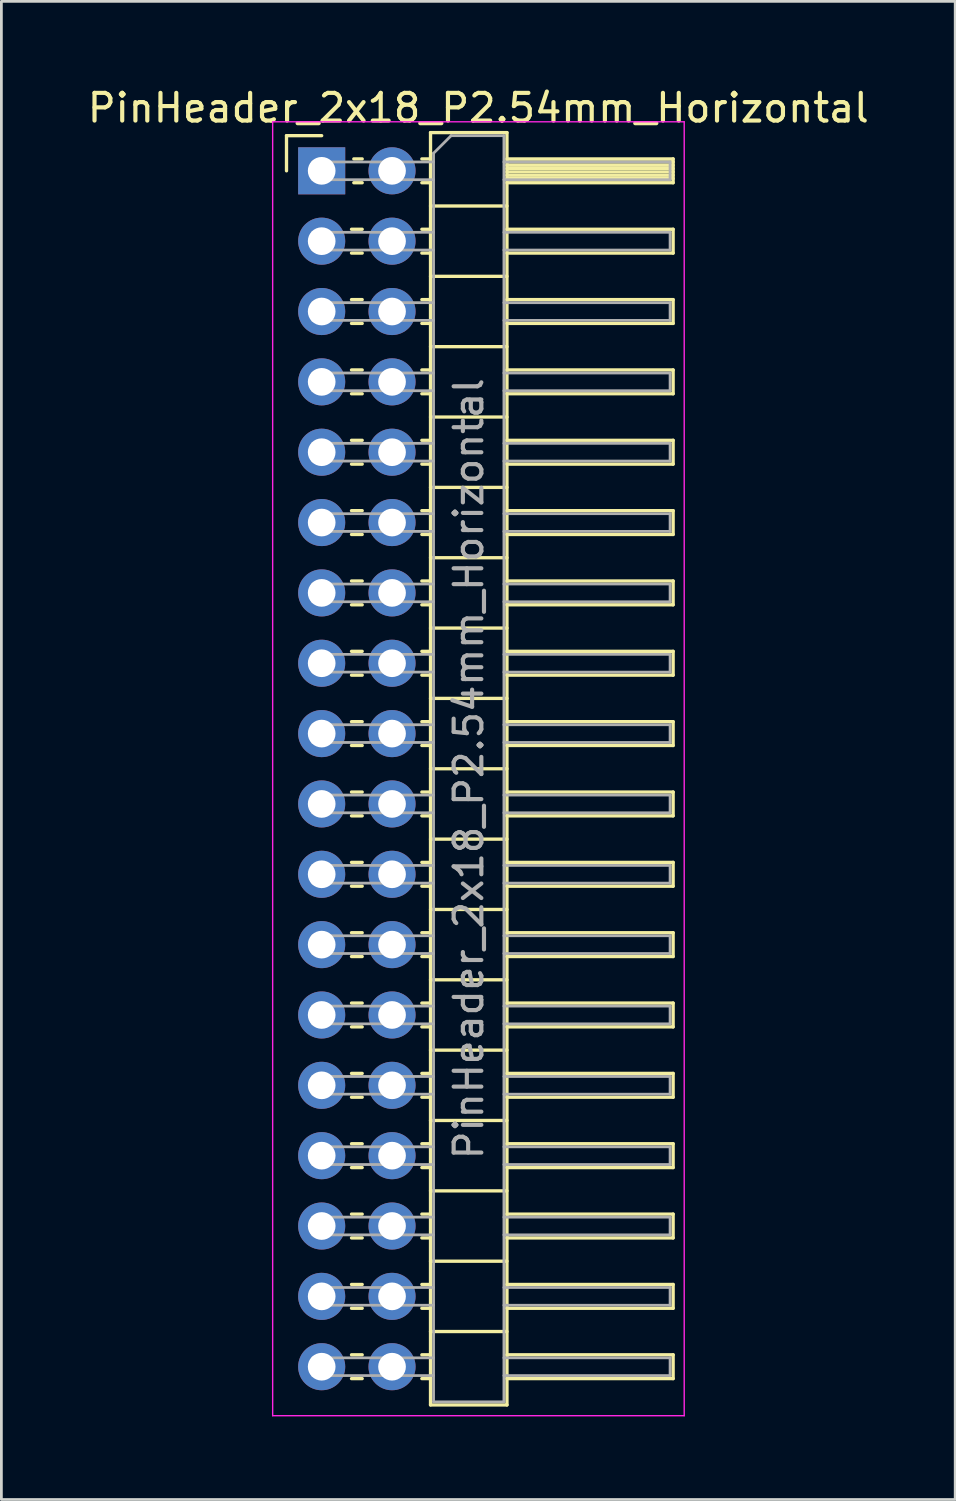
<source format=kicad_pcb>
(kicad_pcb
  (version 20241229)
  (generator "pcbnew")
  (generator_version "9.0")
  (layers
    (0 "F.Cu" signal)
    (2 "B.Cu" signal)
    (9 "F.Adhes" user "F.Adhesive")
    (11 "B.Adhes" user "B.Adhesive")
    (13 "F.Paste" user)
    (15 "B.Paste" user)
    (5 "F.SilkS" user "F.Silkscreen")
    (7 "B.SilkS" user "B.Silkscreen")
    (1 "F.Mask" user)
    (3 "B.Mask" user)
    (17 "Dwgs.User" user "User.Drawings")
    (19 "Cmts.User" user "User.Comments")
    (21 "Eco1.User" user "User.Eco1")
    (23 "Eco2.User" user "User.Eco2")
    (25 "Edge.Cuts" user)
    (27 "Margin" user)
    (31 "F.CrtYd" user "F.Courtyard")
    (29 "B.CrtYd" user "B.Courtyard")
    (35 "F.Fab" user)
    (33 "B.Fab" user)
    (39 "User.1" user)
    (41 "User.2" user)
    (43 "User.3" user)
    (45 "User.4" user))
  (footprint "PinHeader_2x18_P2.54mm_Horizontal"
    (layer "F.Cu")
    (at 8.565 3.118)
    (property "Reference" "PinHeader_2x18_P2.54mm_Horizontal" (at 5.655 -2.27 0) (layer "F.SilkS") (effects (font (size 1 1) (thickness 0.15))))
    (attr through_hole)
    (fp_line (start -1.27 -1.27) (end 0 -1.27) (stroke (width 0.12) (type solid)) (layer "F.SilkS"))
    (fp_line (start -1.27 0) (end -1.27 -1.27) (stroke (width 0.12) (type solid)) (layer "F.SilkS"))
    (fp_line (start 1.077 2.11) (end 1.463 2.11) (stroke (width 0.12) (type solid)) (layer "F.SilkS"))
    (fp_line (start 1.077 2.97) (end 1.463 2.97) (stroke (width 0.12) (type solid)) (layer "F.SilkS"))
    (fp_line (start 1.077 4.65) (end 1.463 4.65) (stroke (width 0.12) (type solid)) (layer "F.SilkS"))
    (fp_line (start 1.077 5.51) (end 1.463 5.51) (stroke (width 0.12) (type solid)) (layer "F.SilkS"))
    (fp_line (start 1.077 7.19) (end 1.463 7.19) (stroke (width 0.12) (type solid)) (layer "F.SilkS"))
    (fp_line (start 1.077 8.05) (end 1.463 8.05) (stroke (width 0.12) (type solid)) (layer "F.SilkS"))
    (fp_line (start 1.077 9.73) (end 1.463 9.73) (stroke (width 0.12) (type solid)) (layer "F.SilkS"))
    (fp_line (start 1.077 10.59) (end 1.463 10.59) (stroke (width 0.12) (type solid)) (layer "F.SilkS"))
    (fp_line (start 1.077 12.27) (end 1.463 12.27) (stroke (width 0.12) (type solid)) (layer "F.SilkS"))
    (fp_line (start 1.077 13.13) (end 1.463 13.13) (stroke (width 0.12) (type solid)) (layer "F.SilkS"))
    (fp_line (start 1.077 14.81) (end 1.463 14.81) (stroke (width 0.12) (type solid)) (layer "F.SilkS"))
    (fp_line (start 1.077 15.67) (end 1.463 15.67) (stroke (width 0.12) (type solid)) (layer "F.SilkS"))
    (fp_line (start 1.077 17.35) (end 1.463 17.35) (stroke (width 0.12) (type solid)) (layer "F.SilkS"))
    (fp_line (start 1.077 18.21) (end 1.463 18.21) (stroke (width 0.12) (type solid)) (layer "F.SilkS"))
    (fp_line (start 1.077 19.89) (end 1.463 19.89) (stroke (width 0.12) (type solid)) (layer "F.SilkS"))
    (fp_line (start 1.077 20.75) (end 1.463 20.75) (stroke (width 0.12) (type solid)) (layer "F.SilkS"))
    (fp_line (start 1.077 22.43) (end 1.463 22.43) (stroke (width 0.12) (type solid)) (layer "F.SilkS"))
    (fp_line (start 1.077 23.29) (end 1.463 23.29) (stroke (width 0.12) (type solid)) (layer "F.SilkS"))
    (fp_line (start 1.077 24.97) (end 1.463 24.97) (stroke (width 0.12) (type solid)) (layer "F.SilkS"))
    (fp_line (start 1.077 25.83) (end 1.463 25.83) (stroke (width 0.12) (type solid)) (layer "F.SilkS"))
    (fp_line (start 1.077 27.51) (end 1.463 27.51) (stroke (width 0.12) (type solid)) (layer "F.SilkS"))
    (fp_line (start 1.077 28.37) (end 1.463 28.37) (stroke (width 0.12) (type solid)) (layer "F.SilkS"))
    (fp_line (start 1.077 30.05) (end 1.463 30.05) (stroke (width 0.12) (type solid)) (layer "F.SilkS"))
    (fp_line (start 1.077 30.91) (end 1.463 30.91) (stroke (width 0.12) (type solid)) (layer "F.SilkS"))
    (fp_line (start 1.077 32.59) (end 1.463 32.59) (stroke (width 0.12) (type solid)) (layer "F.SilkS"))
    (fp_line (start 1.077 33.45) (end 1.463 33.45) (stroke (width 0.12) (type solid)) (layer "F.SilkS"))
    (fp_line (start 1.077 35.13) (end 1.463 35.13) (stroke (width 0.12) (type solid)) (layer "F.SilkS"))
    (fp_line (start 1.077 35.99) (end 1.463 35.99) (stroke (width 0.12) (type solid)) (layer "F.SilkS"))
    (fp_line (start 1.077 37.67) (end 1.463 37.67) (stroke (width 0.12) (type solid)) (layer "F.SilkS"))
    (fp_line (start 1.077 38.53) (end 1.463 38.53) (stroke (width 0.12) (type solid)) (layer "F.SilkS"))
    (fp_line (start 1.077 40.21) (end 1.463 40.21) (stroke (width 0.12) (type solid)) (layer "F.SilkS"))
    (fp_line (start 1.077 41.07) (end 1.463 41.07) (stroke (width 0.12) (type solid)) (layer "F.SilkS"))
    (fp_line (start 1.077 42.75) (end 1.463 42.75) (stroke (width 0.12) (type solid)) (layer "F.SilkS"))
    (fp_line (start 1.077 43.61) (end 1.463 43.61) (stroke (width 0.12) (type solid)) (layer "F.SilkS"))
    (fp_line (start 1.16 -0.43) (end 1.463 -0.43) (stroke (width 0.12) (type solid)) (layer "F.SilkS"))
    (fp_line (start 1.16 0.43) (end 1.463 0.43) (stroke (width 0.12) (type solid)) (layer "F.SilkS"))
    (fp_line (start 3.617 -0.43) (end 3.93 -0.43) (stroke (width 0.12) (type solid)) (layer "F.SilkS"))
    (fp_line (start 3.617 0.43) (end 3.93 0.43) (stroke (width 0.12) (type solid)) (layer "F.SilkS"))
    (fp_line (start 3.617 2.11) (end 3.93 2.11) (stroke (width 0.12) (type solid)) (layer "F.SilkS"))
    (fp_line (start 3.617 2.97) (end 3.93 2.97) (stroke (width 0.12) (type solid)) (layer "F.SilkS"))
    (fp_line (start 3.617 4.65) (end 3.93 4.65) (stroke (width 0.12) (type solid)) (layer "F.SilkS"))
    (fp_line (start 3.617 5.51) (end 3.93 5.51) (stroke (width 0.12) (type solid)) (layer "F.SilkS"))
    (fp_line (start 3.617 7.19) (end 3.93 7.19) (stroke (width 0.12) (type solid)) (layer "F.SilkS"))
    (fp_line (start 3.617 8.05) (end 3.93 8.05) (stroke (width 0.12) (type solid)) (layer "F.SilkS"))
    (fp_line (start 3.617 9.73) (end 3.93 9.73) (stroke (width 0.12) (type solid)) (layer "F.SilkS"))
    (fp_line (start 3.617 10.59) (end 3.93 10.59) (stroke (width 0.12) (type solid)) (layer "F.SilkS"))
    (fp_line (start 3.617 12.27) (end 3.93 12.27) (stroke (width 0.12) (type solid)) (layer "F.SilkS"))
    (fp_line (start 3.617 13.13) (end 3.93 13.13) (stroke (width 0.12) (type solid)) (layer "F.SilkS"))
    (fp_line (start 3.617 14.81) (end 3.93 14.81) (stroke (width 0.12) (type solid)) (layer "F.SilkS"))
    (fp_line (start 3.617 15.67) (end 3.93 15.67) (stroke (width 0.12) (type solid)) (layer "F.SilkS"))
    (fp_line (start 3.617 17.35) (end 3.93 17.35) (stroke (width 0.12) (type solid)) (layer "F.SilkS"))
    (fp_line (start 3.617 18.21) (end 3.93 18.21) (stroke (width 0.12) (type solid)) (layer "F.SilkS"))
    (fp_line (start 3.617 19.89) (end 3.93 19.89) (stroke (width 0.12) (type solid)) (layer "F.SilkS"))
    (fp_line (start 3.617 20.75) (end 3.93 20.75) (stroke (width 0.12) (type solid)) (layer "F.SilkS"))
    (fp_line (start 3.617 22.43) (end 3.93 22.43) (stroke (width 0.12) (type solid)) (layer "F.SilkS"))
    (fp_line (start 3.617 23.29) (end 3.93 23.29) (stroke (width 0.12) (type solid)) (layer "F.SilkS"))
    (fp_line (start 3.617 24.97) (end 3.93 24.97) (stroke (width 0.12) (type solid)) (layer "F.SilkS"))
    (fp_line (start 3.617 25.83) (end 3.93 25.83) (stroke (width 0.12) (type solid)) (layer "F.SilkS"))
    (fp_line (start 3.617 27.51) (end 3.93 27.51) (stroke (width 0.12) (type solid)) (layer "F.SilkS"))
    (fp_line (start 3.617 28.37) (end 3.93 28.37) (stroke (width 0.12) (type solid)) (layer "F.SilkS"))
    (fp_line (start 3.617 30.05) (end 3.93 30.05) (stroke (width 0.12) (type solid)) (layer "F.SilkS"))
    (fp_line (start 3.617 30.91) (end 3.93 30.91) (stroke (width 0.12) (type solid)) (layer "F.SilkS"))
    (fp_line (start 3.617 32.59) (end 3.93 32.59) (stroke (width 0.12) (type solid)) (layer "F.SilkS"))
    (fp_line (start 3.617 33.45) (end 3.93 33.45) (stroke (width 0.12) (type solid)) (layer "F.SilkS"))
    (fp_line (start 3.617 35.13) (end 3.93 35.13) (stroke (width 0.12) (type solid)) (layer "F.SilkS"))
    (fp_line (start 3.617 35.99) (end 3.93 35.99) (stroke (width 0.12) (type solid)) (layer "F.SilkS"))
    (fp_line (start 3.617 37.67) (end 3.93 37.67) (stroke (width 0.12) (type solid)) (layer "F.SilkS"))
    (fp_line (start 3.617 38.53) (end 3.93 38.53) (stroke (width 0.12) (type solid)) (layer "F.SilkS"))
    (fp_line (start 3.617 40.21) (end 3.93 40.21) (stroke (width 0.12) (type solid)) (layer "F.SilkS"))
    (fp_line (start 3.617 41.07) (end 3.93 41.07) (stroke (width 0.12) (type solid)) (layer "F.SilkS"))
    (fp_line (start 3.617 42.75) (end 3.93 42.75) (stroke (width 0.12) (type solid)) (layer "F.SilkS"))
    (fp_line (start 3.617 43.61) (end 3.93 43.61) (stroke (width 0.12) (type solid)) (layer "F.SilkS"))
    (fp_line (start 3.93 -1.38) (end 3.93 44.56) (stroke (width 0.12) (type solid)) (layer "F.SilkS"))
    (fp_line (start 3.93 1.27) (end 6.69 1.27) (stroke (width 0.12) (type solid)) (layer "F.SilkS"))
    (fp_line (start 3.93 3.81) (end 6.69 3.81) (stroke (width 0.12) (type solid)) (layer "F.SilkS"))
    (fp_line (start 3.93 6.35) (end 6.69 6.35) (stroke (width 0.12) (type solid)) (layer "F.SilkS"))
    (fp_line (start 3.93 8.89) (end 6.69 8.89) (stroke (width 0.12) (type solid)) (layer "F.SilkS"))
    (fp_line (start 3.93 11.43) (end 6.69 11.43) (stroke (width 0.12) (type solid)) (layer "F.SilkS"))
    (fp_line (start 3.93 13.97) (end 6.69 13.97) (stroke (width 0.12) (type solid)) (layer "F.SilkS"))
    (fp_line (start 3.93 16.51) (end 6.69 16.51) (stroke (width 0.12) (type solid)) (layer "F.SilkS"))
    (fp_line (start 3.93 19.05) (end 6.69 19.05) (stroke (width 0.12) (type solid)) (layer "F.SilkS"))
    (fp_line (start 3.93 21.59) (end 6.69 21.59) (stroke (width 0.12) (type solid)) (layer "F.SilkS"))
    (fp_line (start 3.93 24.13) (end 6.69 24.13) (stroke (width 0.12) (type solid)) (layer "F.SilkS"))
    (fp_line (start 3.93 26.67) (end 6.69 26.67) (stroke (width 0.12) (type solid)) (layer "F.SilkS"))
    (fp_line (start 3.93 29.21) (end 6.69 29.21) (stroke (width 0.12) (type solid)) (layer "F.SilkS"))
    (fp_line (start 3.93 31.75) (end 6.69 31.75) (stroke (width 0.12) (type solid)) (layer "F.SilkS"))
    (fp_line (start 3.93 34.29) (end 6.69 34.29) (stroke (width 0.12) (type solid)) (layer "F.SilkS"))
    (fp_line (start 3.93 36.83) (end 6.69 36.83) (stroke (width 0.12) (type solid)) (layer "F.SilkS"))
    (fp_line (start 3.93 39.37) (end 6.69 39.37) (stroke (width 0.12) (type solid)) (layer "F.SilkS"))
    (fp_line (start 3.93 41.91) (end 6.69 41.91) (stroke (width 0.12) (type solid)) (layer "F.SilkS"))
    (fp_line (start 3.93 44.56) (end 6.69 44.56) (stroke (width 0.12) (type solid)) (layer "F.SilkS"))
    (fp_line (start 6.69 -1.38) (end 3.93 -1.38) (stroke (width 0.12) (type solid)) (layer "F.SilkS"))
    (fp_line (start 6.69 -0.43) (end 12.69 -0.43) (stroke (width 0.12) (type solid)) (layer "F.SilkS"))
    (fp_line (start 6.69 -0.32) (end 12.69 -0.32) (stroke (width 0.12) (type solid)) (layer "F.SilkS"))
    (fp_line (start 6.69 -0.2) (end 12.69 -0.2) (stroke (width 0.12) (type solid)) (layer "F.SilkS"))
    (fp_line (start 6.69 -0.08) (end 12.69 -0.08) (stroke (width 0.12) (type solid)) (layer "F.SilkS"))
    (fp_line (start 6.69 0.04) (end 12.69 0.04) (stroke (width 0.12) (type solid)) (layer "F.SilkS"))
    (fp_line (start 6.69 0.16) (end 12.69 0.16) (stroke (width 0.12) (type solid)) (layer "F.SilkS"))
    (fp_line (start 6.69 0.28) (end 12.69 0.28) (stroke (width 0.12) (type solid)) (layer "F.SilkS"))
    (fp_line (start 6.69 2.11) (end 12.69 2.11) (stroke (width 0.12) (type solid)) (layer "F.SilkS"))
    (fp_line (start 6.69 4.65) (end 12.69 4.65) (stroke (width 0.12) (type solid)) (layer "F.SilkS"))
    (fp_line (start 6.69 7.19) (end 12.69 7.19) (stroke (width 0.12) (type solid)) (layer "F.SilkS"))
    (fp_line (start 6.69 9.73) (end 12.69 9.73) (stroke (width 0.12) (type solid)) (layer "F.SilkS"))
    (fp_line (start 6.69 12.27) (end 12.69 12.27) (stroke (width 0.12) (type solid)) (layer "F.SilkS"))
    (fp_line (start 6.69 14.81) (end 12.69 14.81) (stroke (width 0.12) (type solid)) (layer "F.SilkS"))
    (fp_line (start 6.69 17.35) (end 12.69 17.35) (stroke (width 0.12) (type solid)) (layer "F.SilkS"))
    (fp_line (start 6.69 19.89) (end 12.69 19.89) (stroke (width 0.12) (type solid)) (layer "F.SilkS"))
    (fp_line (start 6.69 22.43) (end 12.69 22.43) (stroke (width 0.12) (type solid)) (layer "F.SilkS"))
    (fp_line (start 6.69 24.97) (end 12.69 24.97) (stroke (width 0.12) (type solid)) (layer "F.SilkS"))
    (fp_line (start 6.69 27.51) (end 12.69 27.51) (stroke (width 0.12) (type solid)) (layer "F.SilkS"))
    (fp_line (start 6.69 30.05) (end 12.69 30.05) (stroke (width 0.12) (type solid)) (layer "F.SilkS"))
    (fp_line (start 6.69 32.59) (end 12.69 32.59) (stroke (width 0.12) (type solid)) (layer "F.SilkS"))
    (fp_line (start 6.69 35.13) (end 12.69 35.13) (stroke (width 0.12) (type solid)) (layer "F.SilkS"))
    (fp_line (start 6.69 37.67) (end 12.69 37.67) (stroke (width 0.12) (type solid)) (layer "F.SilkS"))
    (fp_line (start 6.69 40.21) (end 12.69 40.21) (stroke (width 0.12) (type solid)) (layer "F.SilkS"))
    (fp_line (start 6.69 42.75) (end 12.69 42.75) (stroke (width 0.12) (type solid)) (layer "F.SilkS"))
    (fp_line (start 6.69 44.56) (end 6.69 -1.38) (stroke (width 0.12) (type solid)) (layer "F.SilkS"))
    (fp_line (start 12.69 -0.43) (end 12.69 0.43) (stroke (width 0.12) (type solid)) (layer "F.SilkS"))
    (fp_line (start 12.69 0.43) (end 6.69 0.43) (stroke (width 0.12) (type solid)) (layer "F.SilkS"))
    (fp_line (start 12.69 2.11) (end 12.69 2.97) (stroke (width 0.12) (type solid)) (layer "F.SilkS"))
    (fp_line (start 12.69 2.97) (end 6.69 2.97) (stroke (width 0.12) (type solid)) (layer "F.SilkS"))
    (fp_line (start 12.69 4.65) (end 12.69 5.51) (stroke (width 0.12) (type solid)) (layer "F.SilkS"))
    (fp_line (start 12.69 5.51) (end 6.69 5.51) (stroke (width 0.12) (type solid)) (layer "F.SilkS"))
    (fp_line (start 12.69 7.19) (end 12.69 8.05) (stroke (width 0.12) (type solid)) (layer "F.SilkS"))
    (fp_line (start 12.69 8.05) (end 6.69 8.05) (stroke (width 0.12) (type solid)) (layer "F.SilkS"))
    (fp_line (start 12.69 9.73) (end 12.69 10.59) (stroke (width 0.12) (type solid)) (layer "F.SilkS"))
    (fp_line (start 12.69 10.59) (end 6.69 10.59) (stroke (width 0.12) (type solid)) (layer "F.SilkS"))
    (fp_line (start 12.69 12.27) (end 12.69 13.13) (stroke (width 0.12) (type solid)) (layer "F.SilkS"))
    (fp_line (start 12.69 13.13) (end 6.69 13.13) (stroke (width 0.12) (type solid)) (layer "F.SilkS"))
    (fp_line (start 12.69 14.81) (end 12.69 15.67) (stroke (width 0.12) (type solid)) (layer "F.SilkS"))
    (fp_line (start 12.69 15.67) (end 6.69 15.67) (stroke (width 0.12) (type solid)) (layer "F.SilkS"))
    (fp_line (start 12.69 17.35) (end 12.69 18.21) (stroke (width 0.12) (type solid)) (layer "F.SilkS"))
    (fp_line (start 12.69 18.21) (end 6.69 18.21) (stroke (width 0.12) (type solid)) (layer "F.SilkS"))
    (fp_line (start 12.69 19.89) (end 12.69 20.75) (stroke (width 0.12) (type solid)) (layer "F.SilkS"))
    (fp_line (start 12.69 20.75) (end 6.69 20.75) (stroke (width 0.12) (type solid)) (layer "F.SilkS"))
    (fp_line (start 12.69 22.43) (end 12.69 23.29) (stroke (width 0.12) (type solid)) (layer "F.SilkS"))
    (fp_line (start 12.69 23.29) (end 6.69 23.29) (stroke (width 0.12) (type solid)) (layer "F.SilkS"))
    (fp_line (start 12.69 24.97) (end 12.69 25.83) (stroke (width 0.12) (type solid)) (layer "F.SilkS"))
    (fp_line (start 12.69 25.83) (end 6.69 25.83) (stroke (width 0.12) (type solid)) (layer "F.SilkS"))
    (fp_line (start 12.69 27.51) (end 12.69 28.37) (stroke (width 0.12) (type solid)) (layer "F.SilkS"))
    (fp_line (start 12.69 28.37) (end 6.69 28.37) (stroke (width 0.12) (type solid)) (layer "F.SilkS"))
    (fp_line (start 12.69 30.05) (end 12.69 30.91) (stroke (width 0.12) (type solid)) (layer "F.SilkS"))
    (fp_line (start 12.69 30.91) (end 6.69 30.91) (stroke (width 0.12) (type solid)) (layer "F.SilkS"))
    (fp_line (start 12.69 32.59) (end 12.69 33.45) (stroke (width 0.12) (type solid)) (layer "F.SilkS"))
    (fp_line (start 12.69 33.45) (end 6.69 33.45) (stroke (width 0.12) (type solid)) (layer "F.SilkS"))
    (fp_line (start 12.69 35.13) (end 12.69 35.99) (stroke (width 0.12) (type solid)) (layer "F.SilkS"))
    (fp_line (start 12.69 35.99) (end 6.69 35.99) (stroke (width 0.12) (type solid)) (layer "F.SilkS"))
    (fp_line (start 12.69 37.67) (end 12.69 38.53) (stroke (width 0.12) (type solid)) (layer "F.SilkS"))
    (fp_line (start 12.69 38.53) (end 6.69 38.53) (stroke (width 0.12) (type solid)) (layer "F.SilkS"))
    (fp_line (start 12.69 40.21) (end 12.69 41.07) (stroke (width 0.12) (type solid)) (layer "F.SilkS"))
    (fp_line (start 12.69 41.07) (end 6.69 41.07) (stroke (width 0.12) (type solid)) (layer "F.SilkS"))
    (fp_line (start 12.69 42.75) (end 12.69 43.61) (stroke (width 0.12) (type solid)) (layer "F.SilkS"))
    (fp_line (start 12.69 43.61) (end 6.69 43.61) (stroke (width 0.12) (type solid)) (layer "F.SilkS"))
    (fp_line (start -1.77 -1.77) (end -1.77 44.95) (stroke (width 0.05) (type solid)) (layer "F.CrtYd"))
    (fp_line (start -1.77 44.95) (end 13.09 44.95) (stroke (width 0.05) (type solid)) (layer "F.CrtYd"))
    (fp_line (start 13.09 -1.77) (end -1.77 -1.77) (stroke (width 0.05) (type solid)) (layer "F.CrtYd"))
    (fp_line (start 13.09 44.95) (end 13.09 -1.77) (stroke (width 0.05) (type solid)) (layer "F.CrtYd"))
    (fp_line (start -0.32 -0.32) (end -0.32 0.32) (stroke (width 0.1) (type solid)) (layer "F.Fab"))
    (fp_line (start -0.32 -0.32) (end 4.04 -0.32) (stroke (width 0.1) (type solid)) (layer "F.Fab"))
    (fp_line (start -0.32 0.32) (end 4.04 0.32) (stroke (width 0.1) (type solid)) (layer "F.Fab"))
    (fp_line (start -0.32 2.22) (end -0.32 2.86) (stroke (width 0.1) (type solid)) (layer "F.Fab"))
    (fp_line (start -0.32 2.22) (end 4.04 2.22) (stroke (width 0.1) (type solid)) (layer "F.Fab"))
    (fp_line (start -0.32 2.86) (end 4.04 2.86) (stroke (width 0.1) (type solid)) (layer "F.Fab"))
    (fp_line (start -0.32 4.76) (end -0.32 5.4) (stroke (width 0.1) (type solid)) (layer "F.Fab"))
    (fp_line (start -0.32 4.76) (end 4.04 4.76) (stroke (width 0.1) (type solid)) (layer "F.Fab"))
    (fp_line (start -0.32 5.4) (end 4.04 5.4) (stroke (width 0.1) (type solid)) (layer "F.Fab"))
    (fp_line (start -0.32 7.3) (end -0.32 7.94) (stroke (width 0.1) (type solid)) (layer "F.Fab"))
    (fp_line (start -0.32 7.3) (end 4.04 7.3) (stroke (width 0.1) (type solid)) (layer "F.Fab"))
    (fp_line (start -0.32 7.94) (end 4.04 7.94) (stroke (width 0.1) (type solid)) (layer "F.Fab"))
    (fp_line (start -0.32 9.84) (end -0.32 10.48) (stroke (width 0.1) (type solid)) (layer "F.Fab"))
    (fp_line (start -0.32 9.84) (end 4.04 9.84) (stroke (width 0.1) (type solid)) (layer "F.Fab"))
    (fp_line (start -0.32 10.48) (end 4.04 10.48) (stroke (width 0.1) (type solid)) (layer "F.Fab"))
    (fp_line (start -0.32 12.38) (end -0.32 13.02) (stroke (width 0.1) (type solid)) (layer "F.Fab"))
    (fp_line (start -0.32 12.38) (end 4.04 12.38) (stroke (width 0.1) (type solid)) (layer "F.Fab"))
    (fp_line (start -0.32 13.02) (end 4.04 13.02) (stroke (width 0.1) (type solid)) (layer "F.Fab"))
    (fp_line (start -0.32 14.92) (end -0.32 15.56) (stroke (width 0.1) (type solid)) (layer "F.Fab"))
    (fp_line (start -0.32 14.92) (end 4.04 14.92) (stroke (width 0.1) (type solid)) (layer "F.Fab"))
    (fp_line (start -0.32 15.56) (end 4.04 15.56) (stroke (width 0.1) (type solid)) (layer "F.Fab"))
    (fp_line (start -0.32 17.46) (end -0.32 18.1) (stroke (width 0.1) (type solid)) (layer "F.Fab"))
    (fp_line (start -0.32 17.46) (end 4.04 17.46) (stroke (width 0.1) (type solid)) (layer "F.Fab"))
    (fp_line (start -0.32 18.1) (end 4.04 18.1) (stroke (width 0.1) (type solid)) (layer "F.Fab"))
    (fp_line (start -0.32 20) (end -0.32 20.64) (stroke (width 0.1) (type solid)) (layer "F.Fab"))
    (fp_line (start -0.32 20) (end 4.04 20) (stroke (width 0.1) (type solid)) (layer "F.Fab"))
    (fp_line (start -0.32 20.64) (end 4.04 20.64) (stroke (width 0.1) (type solid)) (layer "F.Fab"))
    (fp_line (start -0.32 22.54) (end -0.32 23.18) (stroke (width 0.1) (type solid)) (layer "F.Fab"))
    (fp_line (start -0.32 22.54) (end 4.04 22.54) (stroke (width 0.1) (type solid)) (layer "F.Fab"))
    (fp_line (start -0.32 23.18) (end 4.04 23.18) (stroke (width 0.1) (type solid)) (layer "F.Fab"))
    (fp_line (start -0.32 25.08) (end -0.32 25.72) (stroke (width 0.1) (type solid)) (layer "F.Fab"))
    (fp_line (start -0.32 25.08) (end 4.04 25.08) (stroke (width 0.1) (type solid)) (layer "F.Fab"))
    (fp_line (start -0.32 25.72) (end 4.04 25.72) (stroke (width 0.1) (type solid)) (layer "F.Fab"))
    (fp_line (start -0.32 27.62) (end -0.32 28.26) (stroke (width 0.1) (type solid)) (layer "F.Fab"))
    (fp_line (start -0.32 27.62) (end 4.04 27.62) (stroke (width 0.1) (type solid)) (layer "F.Fab"))
    (fp_line (start -0.32 28.26) (end 4.04 28.26) (stroke (width 0.1) (type solid)) (layer "F.Fab"))
    (fp_line (start -0.32 30.16) (end -0.32 30.8) (stroke (width 0.1) (type solid)) (layer "F.Fab"))
    (fp_line (start -0.32 30.16) (end 4.04 30.16) (stroke (width 0.1) (type solid)) (layer "F.Fab"))
    (fp_line (start -0.32 30.8) (end 4.04 30.8) (stroke (width 0.1) (type solid)) (layer "F.Fab"))
    (fp_line (start -0.32 32.7) (end -0.32 33.34) (stroke (width 0.1) (type solid)) (layer "F.Fab"))
    (fp_line (start -0.32 32.7) (end 4.04 32.7) (stroke (width 0.1) (type solid)) (layer "F.Fab"))
    (fp_line (start -0.32 33.34) (end 4.04 33.34) (stroke (width 0.1) (type solid)) (layer "F.Fab"))
    (fp_line (start -0.32 35.24) (end -0.32 35.88) (stroke (width 0.1) (type solid)) (layer "F.Fab"))
    (fp_line (start -0.32 35.24) (end 4.04 35.24) (stroke (width 0.1) (type solid)) (layer "F.Fab"))
    (fp_line (start -0.32 35.88) (end 4.04 35.88) (stroke (width 0.1) (type solid)) (layer "F.Fab"))
    (fp_line (start -0.32 37.78) (end -0.32 38.42) (stroke (width 0.1) (type solid)) (layer "F.Fab"))
    (fp_line (start -0.32 37.78) (end 4.04 37.78) (stroke (width 0.1) (type solid)) (layer "F.Fab"))
    (fp_line (start -0.32 38.42) (end 4.04 38.42) (stroke (width 0.1) (type solid)) (layer "F.Fab"))
    (fp_line (start -0.32 40.32) (end -0.32 40.96) (stroke (width 0.1) (type solid)) (layer "F.Fab"))
    (fp_line (start -0.32 40.32) (end 4.04 40.32) (stroke (width 0.1) (type solid)) (layer "F.Fab"))
    (fp_line (start -0.32 40.96) (end 4.04 40.96) (stroke (width 0.1) (type solid)) (layer "F.Fab"))
    (fp_line (start -0.32 42.86) (end -0.32 43.5) (stroke (width 0.1) (type solid)) (layer "F.Fab"))
    (fp_line (start -0.32 42.86) (end 4.04 42.86) (stroke (width 0.1) (type solid)) (layer "F.Fab"))
    (fp_line (start -0.32 43.5) (end 4.04 43.5) (stroke (width 0.1) (type solid)) (layer "F.Fab"))
    (fp_line (start 4.04 -0.635) (end 4.675 -1.27) (stroke (width 0.1) (type solid)) (layer "F.Fab"))
    (fp_line (start 4.04 44.45) (end 4.04 -0.635) (stroke (width 0.1) (type solid)) (layer "F.Fab"))
    (fp_line (start 4.675 -1.27) (end 6.58 -1.27) (stroke (width 0.1) (type solid)) (layer "F.Fab"))
    (fp_line (start 6.58 -1.27) (end 6.58 44.45) (stroke (width 0.1) (type solid)) (layer "F.Fab"))
    (fp_line (start 6.58 -0.32) (end 12.58 -0.32) (stroke (width 0.1) (type solid)) (layer "F.Fab"))
    (fp_line (start 6.58 0.32) (end 12.58 0.32) (stroke (width 0.1) (type solid)) (layer "F.Fab"))
    (fp_line (start 6.58 2.22) (end 12.58 2.22) (stroke (width 0.1) (type solid)) (layer "F.Fab"))
    (fp_line (start 6.58 2.86) (end 12.58 2.86) (stroke (width 0.1) (type solid)) (layer "F.Fab"))
    (fp_line (start 6.58 4.76) (end 12.58 4.76) (stroke (width 0.1) (type solid)) (layer "F.Fab"))
    (fp_line (start 6.58 5.4) (end 12.58 5.4) (stroke (width 0.1) (type solid)) (layer "F.Fab"))
    (fp_line (start 6.58 7.3) (end 12.58 7.3) (stroke (width 0.1) (type solid)) (layer "F.Fab"))
    (fp_line (start 6.58 7.94) (end 12.58 7.94) (stroke (width 0.1) (type solid)) (layer "F.Fab"))
    (fp_line (start 6.58 9.84) (end 12.58 9.84) (stroke (width 0.1) (type solid)) (layer "F.Fab"))
    (fp_line (start 6.58 10.48) (end 12.58 10.48) (stroke (width 0.1) (type solid)) (layer "F.Fab"))
    (fp_line (start 6.58 12.38) (end 12.58 12.38) (stroke (width 0.1) (type solid)) (layer "F.Fab"))
    (fp_line (start 6.58 13.02) (end 12.58 13.02) (stroke (width 0.1) (type solid)) (layer "F.Fab"))
    (fp_line (start 6.58 14.92) (end 12.58 14.92) (stroke (width 0.1) (type solid)) (layer "F.Fab"))
    (fp_line (start 6.58 15.56) (end 12.58 15.56) (stroke (width 0.1) (type solid)) (layer "F.Fab"))
    (fp_line (start 6.58 17.46) (end 12.58 17.46) (stroke (width 0.1) (type solid)) (layer "F.Fab"))
    (fp_line (start 6.58 18.1) (end 12.58 18.1) (stroke (width 0.1) (type solid)) (layer "F.Fab"))
    (fp_line (start 6.58 20) (end 12.58 20) (stroke (width 0.1) (type solid)) (layer "F.Fab"))
    (fp_line (start 6.58 20.64) (end 12.58 20.64) (stroke (width 0.1) (type solid)) (layer "F.Fab"))
    (fp_line (start 6.58 22.54) (end 12.58 22.54) (stroke (width 0.1) (type solid)) (layer "F.Fab"))
    (fp_line (start 6.58 23.18) (end 12.58 23.18) (stroke (width 0.1) (type solid)) (layer "F.Fab"))
    (fp_line (start 6.58 25.08) (end 12.58 25.08) (stroke (width 0.1) (type solid)) (layer "F.Fab"))
    (fp_line (start 6.58 25.72) (end 12.58 25.72) (stroke (width 0.1) (type solid)) (layer "F.Fab"))
    (fp_line (start 6.58 27.62) (end 12.58 27.62) (stroke (width 0.1) (type solid)) (layer "F.Fab"))
    (fp_line (start 6.58 28.26) (end 12.58 28.26) (stroke (width 0.1) (type solid)) (layer "F.Fab"))
    (fp_line (start 6.58 30.16) (end 12.58 30.16) (stroke (width 0.1) (type solid)) (layer "F.Fab"))
    (fp_line (start 6.58 30.8) (end 12.58 30.8) (stroke (width 0.1) (type solid)) (layer "F.Fab"))
    (fp_line (start 6.58 32.7) (end 12.58 32.7) (stroke (width 0.1) (type solid)) (layer "F.Fab"))
    (fp_line (start 6.58 33.34) (end 12.58 33.34) (stroke (width 0.1) (type solid)) (layer "F.Fab"))
    (fp_line (start 6.58 35.24) (end 12.58 35.24) (stroke (width 0.1) (type solid)) (layer "F.Fab"))
    (fp_line (start 6.58 35.88) (end 12.58 35.88) (stroke (width 0.1) (type solid)) (layer "F.Fab"))
    (fp_line (start 6.58 37.78) (end 12.58 37.78) (stroke (width 0.1) (type solid)) (layer "F.Fab"))
    (fp_line (start 6.58 38.42) (end 12.58 38.42) (stroke (width 0.1) (type solid)) (layer "F.Fab"))
    (fp_line (start 6.58 40.32) (end 12.58 40.32) (stroke (width 0.1) (type solid)) (layer "F.Fab"))
    (fp_line (start 6.58 40.96) (end 12.58 40.96) (stroke (width 0.1) (type solid)) (layer "F.Fab"))
    (fp_line (start 6.58 42.86) (end 12.58 42.86) (stroke (width 0.1) (type solid)) (layer "F.Fab"))
    (fp_line (start 6.58 43.5) (end 12.58 43.5) (stroke (width 0.1) (type solid)) (layer "F.Fab"))
    (fp_line (start 6.58 44.45) (end 4.04 44.45) (stroke (width 0.1) (type solid)) (layer "F.Fab"))
    (fp_line (start 12.58 -0.32) (end 12.58 0.32) (stroke (width 0.1) (type solid)) (layer "F.Fab"))
    (fp_line (start 12.58 2.22) (end 12.58 2.86) (stroke (width 0.1) (type solid)) (layer "F.Fab"))
    (fp_line (start 12.58 4.76) (end 12.58 5.4) (stroke (width 0.1) (type solid)) (layer "F.Fab"))
    (fp_line (start 12.58 7.3) (end 12.58 7.94) (stroke (width 0.1) (type solid)) (layer "F.Fab"))
    (fp_line (start 12.58 9.84) (end 12.58 10.48) (stroke (width 0.1) (type solid)) (layer "F.Fab"))
    (fp_line (start 12.58 12.38) (end 12.58 13.02) (stroke (width 0.1) (type solid)) (layer "F.Fab"))
    (fp_line (start 12.58 14.92) (end 12.58 15.56) (stroke (width 0.1) (type solid)) (layer "F.Fab"))
    (fp_line (start 12.58 17.46) (end 12.58 18.1) (stroke (width 0.1) (type solid)) (layer "F.Fab"))
    (fp_line (start 12.58 20) (end 12.58 20.64) (stroke (width 0.1) (type solid)) (layer "F.Fab"))
    (fp_line (start 12.58 22.54) (end 12.58 23.18) (stroke (width 0.1) (type solid)) (layer "F.Fab"))
    (fp_line (start 12.58 25.08) (end 12.58 25.72) (stroke (width 0.1) (type solid)) (layer "F.Fab"))
    (fp_line (start 12.58 27.62) (end 12.58 28.26) (stroke (width 0.1) (type solid)) (layer "F.Fab"))
    (fp_line (start 12.58 30.16) (end 12.58 30.8) (stroke (width 0.1) (type solid)) (layer "F.Fab"))
    (fp_line (start 12.58 32.7) (end 12.58 33.34) (stroke (width 0.1) (type solid)) (layer "F.Fab"))
    (fp_line (start 12.58 35.24) (end 12.58 35.88) (stroke (width 0.1) (type solid)) (layer "F.Fab"))
    (fp_line (start 12.58 37.78) (end 12.58 38.42) (stroke (width 0.1) (type solid)) (layer "F.Fab"))
    (fp_line (start 12.58 40.32) (end 12.58 40.96) (stroke (width 0.1) (type solid)) (layer "F.Fab"))
    (fp_line (start 12.58 42.86) (end 12.58 43.5) (stroke (width 0.1) (type solid)) (layer "F.Fab"))
    (fp_text user "${REFERENCE}" (at 5.31 21.59 90) (layer "F.Fab") (effects (font (size 1 1) (thickness 0.15))))
    (pad "1" thru_hole rect (at 0 0) (size 1.7 1.7) (drill 1) (layers "*.Cu" "*.Mask"))
    (pad "2" thru_hole circle (at 2.54 0) (size 1.7 1.7) (drill 1) (layers "*.Cu" "*.Mask"))
    (pad "3" thru_hole circle (at 0 2.54) (size 1.7 1.7) (drill 1) (layers "*.Cu" "*.Mask"))
    (pad "4" thru_hole circle (at 2.54 2.54) (size 1.7 1.7) (drill 1) (layers "*.Cu" "*.Mask"))
    (pad "5" thru_hole circle (at 0 5.08) (size 1.7 1.7) (drill 1) (layers "*.Cu" "*.Mask"))
    (pad "6" thru_hole circle (at 2.54 5.08) (size 1.7 1.7) (drill 1) (layers "*.Cu" "*.Mask"))
    (pad "7" thru_hole circle (at 0 7.62) (size 1.7 1.7) (drill 1) (layers "*.Cu" "*.Mask"))
    (pad "8" thru_hole circle (at 2.54 7.62) (size 1.7 1.7) (drill 1) (layers "*.Cu" "*.Mask"))
    (pad "9" thru_hole circle (at 0 10.16) (size 1.7 1.7) (drill 1) (layers "*.Cu" "*.Mask"))
    (pad "10" thru_hole circle (at 2.54 10.16) (size 1.7 1.7) (drill 1) (layers "*.Cu" "*.Mask"))
    (pad "11" thru_hole circle (at 0 12.7) (size 1.7 1.7) (drill 1) (layers "*.Cu" "*.Mask"))
    (pad "12" thru_hole circle (at 2.54 12.7) (size 1.7 1.7) (drill 1) (layers "*.Cu" "*.Mask"))
    (pad "13" thru_hole circle (at 0 15.24) (size 1.7 1.7) (drill 1) (layers "*.Cu" "*.Mask"))
    (pad "14" thru_hole circle (at 2.54 15.24) (size 1.7 1.7) (drill 1) (layers "*.Cu" "*.Mask"))
    (pad "15" thru_hole circle (at 0 17.78) (size 1.7 1.7) (drill 1) (layers "*.Cu" "*.Mask"))
    (pad "16" thru_hole circle (at 2.54 17.78) (size 1.7 1.7) (drill 1) (layers "*.Cu" "*.Mask"))
    (pad "17" thru_hole circle (at 0 20.32) (size 1.7 1.7) (drill 1) (layers "*.Cu" "*.Mask"))
    (pad "18" thru_hole circle (at 2.54 20.32) (size 1.7 1.7) (drill 1) (layers "*.Cu" "*.Mask"))
    (pad "19" thru_hole circle (at 0 22.86) (size 1.7 1.7) (drill 1) (layers "*.Cu" "*.Mask"))
    (pad "20" thru_hole circle (at 2.54 22.86) (size 1.7 1.7) (drill 1) (layers "*.Cu" "*.Mask"))
    (pad "21" thru_hole circle (at 0 25.4) (size 1.7 1.7) (drill 1) (layers "*.Cu" "*.Mask"))
    (pad "22" thru_hole circle (at 2.54 25.4) (size 1.7 1.7) (drill 1) (layers "*.Cu" "*.Mask"))
    (pad "23" thru_hole circle (at 0 27.94) (size 1.7 1.7) (drill 1) (layers "*.Cu" "*.Mask"))
    (pad "24" thru_hole circle (at 2.54 27.94) (size 1.7 1.7) (drill 1) (layers "*.Cu" "*.Mask"))
    (pad "25" thru_hole circle (at 0 30.48) (size 1.7 1.7) (drill 1) (layers "*.Cu" "*.Mask"))
    (pad "26" thru_hole circle (at 2.54 30.48) (size 1.7 1.7) (drill 1) (layers "*.Cu" "*.Mask"))
    (pad "27" thru_hole circle (at 0 33.02) (size 1.7 1.7) (drill 1) (layers "*.Cu" "*.Mask"))
    (pad "28" thru_hole circle (at 2.54 33.02) (size 1.7 1.7) (drill 1) (layers "*.Cu" "*.Mask"))
    (pad "29" thru_hole circle (at 0 35.56) (size 1.7 1.7) (drill 1) (layers "*.Cu" "*.Mask"))
    (pad "30" thru_hole circle (at 2.54 35.56) (size 1.7 1.7) (drill 1) (layers "*.Cu" "*.Mask"))
    (pad "31" thru_hole circle (at 0 38.1) (size 1.7 1.7) (drill 1) (layers "*.Cu" "*.Mask"))
    (pad "32" thru_hole circle (at 2.54 38.1) (size 1.7 1.7) (drill 1) (layers "*.Cu" "*.Mask"))
    (pad "33" thru_hole circle (at 0 40.64) (size 1.7 1.7) (drill 1) (layers "*.Cu" "*.Mask"))
    (pad "34" thru_hole circle (at 2.54 40.64) (size 1.7 1.7) (drill 1) (layers "*.Cu" "*.Mask"))
    (pad "35" thru_hole circle (at 0 43.18) (size 1.7 1.7) (drill 1) (layers "*.Cu" "*.Mask"))
    (pad "36" thru_hole circle (at 2.54 43.18) (size 1.7 1.7) (drill 1) (layers "*.Cu" "*.Mask")))
  (gr_rect
    (start -3 -3)
    (end 31.44 51.093)
    (stroke (width 0.1) (type default))
    (fill no)
    (layer "Edge.Cuts")))
</source>
